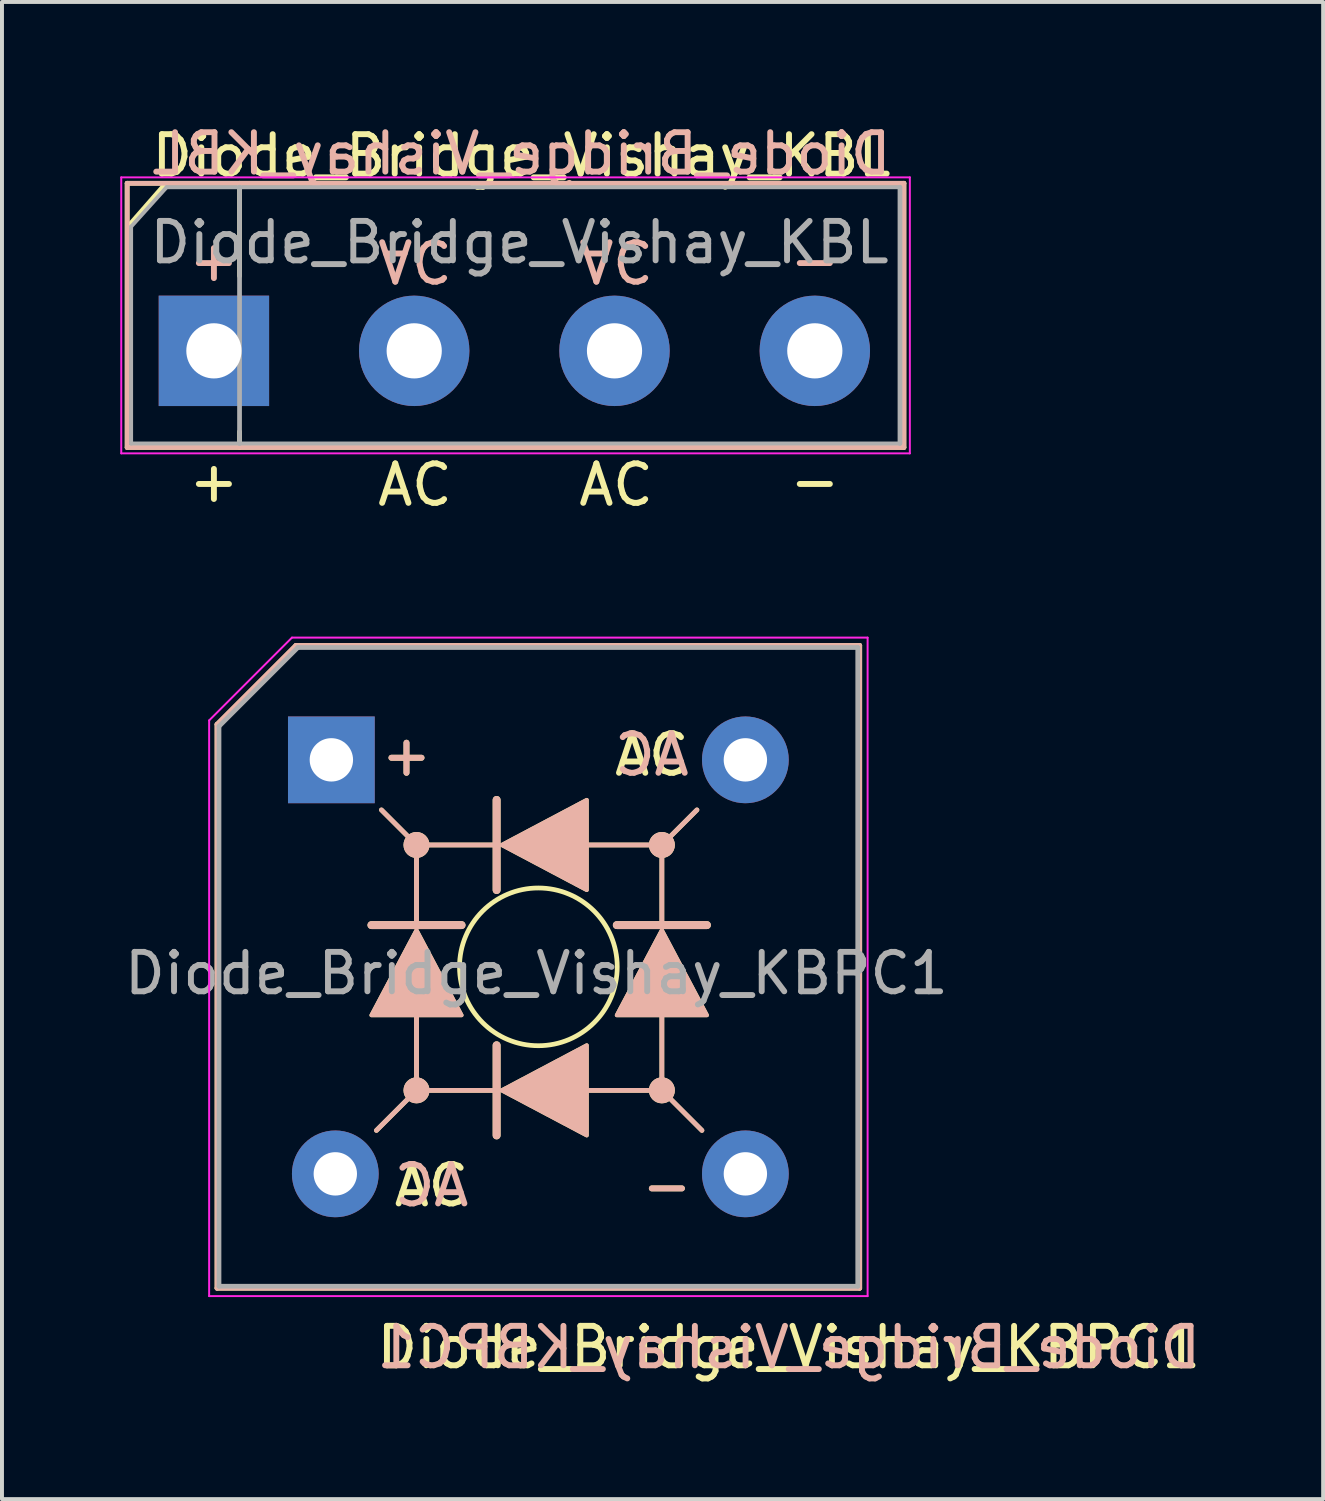
<source format=kicad_pcb>
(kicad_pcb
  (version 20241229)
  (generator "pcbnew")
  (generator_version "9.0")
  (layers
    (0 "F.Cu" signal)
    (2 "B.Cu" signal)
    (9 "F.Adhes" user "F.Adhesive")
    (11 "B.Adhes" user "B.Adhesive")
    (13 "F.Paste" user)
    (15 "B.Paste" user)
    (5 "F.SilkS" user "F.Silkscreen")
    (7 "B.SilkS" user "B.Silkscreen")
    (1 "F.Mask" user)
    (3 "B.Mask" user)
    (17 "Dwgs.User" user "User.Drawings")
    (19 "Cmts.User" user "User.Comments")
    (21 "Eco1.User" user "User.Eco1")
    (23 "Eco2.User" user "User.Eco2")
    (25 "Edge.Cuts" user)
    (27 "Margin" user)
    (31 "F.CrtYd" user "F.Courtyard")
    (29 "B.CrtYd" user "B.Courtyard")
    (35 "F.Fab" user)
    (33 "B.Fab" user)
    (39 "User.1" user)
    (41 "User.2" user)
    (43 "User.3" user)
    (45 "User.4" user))
  (footprint "Diode_Bridge_Vishay_KBL"
    (layer "F.Cu")
    (at 2.375 5.848)
    (property "Reference" "Diode_Bridge_Vishay_KBL" (at 7.8 -4.95 0) (layer "F.SilkS") (effects (font (size 1 1) (thickness 0.15))))
    (fp_line (start -2.2 -4.25) (end -2.2 2.45) (stroke (width 0.12) (type solid)) (layer "F.SilkS"))
    (fp_line (start -2.2 2.45) (end 17.5 2.45) (stroke (width 0.12) (type solid)) (layer "F.SilkS"))
    (fp_line (start -2.159 -3.175) (end -1.27 -4.191) (stroke (width 0.12) (type solid)) (layer "F.SilkS"))
    (fp_line (start 0.65 -1.9) (end 0.65 -4.25) (stroke (width 0.12) (type solid)) (layer "F.SilkS"))
    (fp_line (start 0.65 2.05) (end 0.65 2.45) (stroke (width 0.12) (type solid)) (layer "F.SilkS"))
    (fp_line (start 17.5 -4.25) (end -2.2 -4.25) (stroke (width 0.12) (type solid)) (layer "F.SilkS"))
    (fp_line (start 17.5 2.45) (end 17.5 -4.25) (stroke (width 0.12) (type solid)) (layer "F.SilkS"))
    (fp_line (start -2.2 -4.25) (end -2.2 2.45) (stroke (width 0.12) (type solid)) (layer "B.SilkS"))
    (fp_line (start -2.2 2.45) (end 17.5 2.45) (stroke (width 0.12) (type solid)) (layer "B.SilkS"))
    (fp_line (start 17.5 -4.25) (end -2.2 -4.25) (stroke (width 0.12) (type solid)) (layer "B.SilkS"))
    (fp_line (start 17.5 2.45) (end 17.5 -4.25) (stroke (width 0.12) (type solid)) (layer "B.SilkS"))
    (fp_line (start -2.35 -4.4) (end -2.35 2.6) (stroke (width 0.05) (type solid)) (layer "F.CrtYd"))
    (fp_line (start -2.35 -4.4) (end 17.65 -4.4) (stroke (width 0.05) (type solid)) (layer "F.CrtYd"))
    (fp_line (start 17.65 2.6) (end -2.35 2.6) (stroke (width 0.05) (type solid)) (layer "F.CrtYd"))
    (fp_line (start 17.65 2.6) (end 17.65 -4.4) (stroke (width 0.05) (type solid)) (layer "F.CrtYd"))
    (fp_line (start -2.1 -3.15) (end -2.1 2.35) (stroke (width 0.1) (type solid)) (layer "F.Fab"))
    (fp_line (start -2.1 2.35) (end 17.4 2.35) (stroke (width 0.1) (type solid)) (layer "F.Fab"))
    (fp_line (start -1.2 -4.15) (end -2.1 -3.15) (stroke (width 0.1) (type solid)) (layer "F.Fab"))
    (fp_line (start 0.65 -4.15) (end 0.65 2.35) (stroke (width 0.12) (type solid)) (layer "F.Fab"))
    (fp_line (start 17.4 -4.15) (end -1.2 -4.15) (stroke (width 0.1) (type solid)) (layer "F.Fab"))
    (fp_line (start 17.4 2.35) (end 17.4 -4.15) (stroke (width 0.12) (type solid)) (layer "F.Fab"))
    (fp_text user "AC" (at 10.2 3.4 0) (layer "F.SilkS") (effects (font (size 1 1) (thickness 0.15))))
    (fp_text user "-" (at 15.24 3.302 0) (layer "F.SilkS") (effects (font (size 1 1) (thickness 0.15))))
    (fp_text user "AC" (at 5.1 3.4 0) (layer "F.SilkS") (effects (font (size 1 1) (thickness 0.15))))
    (fp_text user "+" (at 0 3.302 0) (layer "F.SilkS") (effects (font (size 1 1) (thickness 0.15))))
    (fp_text user "AC" (at 5.1 -2.3 180) (unlocked yes) (layer "B.SilkS") (effects (font (size 1 1) (thickness 0.15)) (justify mirror)))
    (fp_text user "-" (at 15.24 -2.3 0) (layer "B.SilkS") (effects (font (size 1 1) (thickness 0.15)) (justify mirror)))
    (fp_text user "+" (at 0 -2.3 0) (layer "B.SilkS") (effects (font (size 1 1) (thickness 0.15)) (justify mirror)))
    (fp_text user "${REFERENCE}" (at 7.8 -5 0) (layer "B.SilkS") (effects (font (size 1 1) (thickness 0.15)) (justify mirror)))
    (fp_text user "AC" (at 10.2 -2.3 180) (unlocked yes) (layer "B.SilkS") (effects (font (size 1 1) (thickness 0.15)) (justify mirror)))
    (fp_text user "${REFERENCE}" (at 7.75 -2.75 0) (layer "F.Fab") (effects (font (size 1 1) (thickness 0.15))))
    (pad "1" thru_hole rect (at 0 0) (size 2.8 2.8) (drill 1.4) (layers "*.Cu" "*.Mask"))
    (pad "2" thru_hole circle (at 5.08 0) (size 2.8 2.8) (drill 1.4) (layers "*.Cu" "*.Mask"))
    (pad "3" thru_hole circle (at 10.16 0) (size 2.8 2.8) (drill 1.4) (layers "*.Cu" "*.Mask"))
    (pad "4" thru_hole circle (at 15.24 0) (size 2.8 2.8) (drill 1.4) (layers "*.Cu" "*.Mask")))
  (footprint "Diode_Bridge_Vishay_KBPC1"
    (layer "F.Cu")
    (at 5.354 16.221)
    (property "Reference" "Diode_Bridge_Vishay_KBPC1" (at 11.6 14.9 180) (layer "F.SilkS") (effects (font (size 1 1) (thickness 0.15))))
    (fp_line (start -2.9 -0.9) (end -2.9 13.4) (stroke (width 0.12) (type solid)) (layer "F.SilkS"))
    (fp_line (start -2.9 13.4) (end 13.4 13.4) (stroke (width 0.12) (type solid)) (layer "F.SilkS"))
    (fp_line (start -0.9 -2.9) (end -2.9 -0.9) (stroke (width 0.12) (type solid)) (layer "F.SilkS"))
    (fp_line (start 1.143 9.398) (end 2.159 8.382) (stroke (width 0.12) (type solid)) (layer "F.SilkS"))
    (fp_line (start 1.27 1.27) (end 2.159 2.159) (stroke (width 0.12) (type solid)) (layer "F.SilkS"))
    (fp_line (start 2.159 4.191) (end 1.016 4.191) (stroke (width 0.2) (type solid)) (layer "F.SilkS"))
    (fp_line (start 2.159 4.191) (end 2.159 2.159) (stroke (width 0.12) (type solid)) (layer "F.SilkS"))
    (fp_line (start 2.159 8.128) (end 2.159 6.477) (stroke (width 0.12) (type solid)) (layer "F.SilkS"))
    (fp_line (start 3.302 4.191) (end 2.159 4.191) (stroke (width 0.2) (type solid)) (layer "F.SilkS"))
    (fp_line (start 4.191 1.016) (end 4.191 2.159) (stroke (width 0.2) (type solid)) (layer "F.SilkS"))
    (fp_line (start 4.191 2.159) (end 2.159 2.159) (stroke (width 0.12) (type solid)) (layer "F.SilkS"))
    (fp_line (start 4.191 2.159) (end 4.191 3.302) (stroke (width 0.2) (type solid)) (layer "F.SilkS"))
    (fp_line (start 4.191 7.239) (end 4.191 8.382) (stroke (width 0.2) (type solid)) (layer "F.SilkS"))
    (fp_line (start 4.191 8.382) (end 2.159 8.382) (stroke (width 0.12) (type solid)) (layer "F.SilkS"))
    (fp_line (start 4.191 8.382) (end 4.191 9.525) (stroke (width 0.2) (type solid)) (layer "F.SilkS"))
    (fp_line (start 8.128 2.159) (end 6.477 2.159) (stroke (width 0.12) (type solid)) (layer "F.SilkS"))
    (fp_line (start 8.292 8.382) (end 6.477 8.382) (stroke (width 0.12) (type solid)) (layer "F.SilkS"))
    (fp_line (start 8.382 4.191) (end 7.239 4.191) (stroke (width 0.2) (type solid)) (layer "F.SilkS"))
    (fp_line (start 8.382 4.191) (end 8.382 2.159) (stroke (width 0.12) (type solid)) (layer "F.SilkS"))
    (fp_line (start 8.382 8.382) (end 8.382 6.477) (stroke (width 0.12) (type solid)) (layer "F.SilkS"))
    (fp_line (start 9.271 1.27) (end 8.255 2.286) (stroke (width 0.12) (type solid)) (layer "F.SilkS"))
    (fp_line (start 9.398 9.398) (end 8.382 8.382) (stroke (width 0.12) (type solid)) (layer "F.SilkS"))
    (fp_line (start 9.525 4.191) (end 8.382 4.191) (stroke (width 0.2) (type solid)) (layer "F.SilkS"))
    (fp_line (start 13.4 -2.9) (end -0.9 -2.9) (stroke (width 0.12) (type solid)) (layer "F.SilkS"))
    (fp_line (start 13.4 13.4) (end 13.4 -2.9) (stroke (width 0.12) (type solid)) (layer "F.SilkS"))
    (fp_circle (center 2.159 2.159) (end 2.223 2.095) (stroke (width 0.12) (type solid)) (fill no) (layer "F.SilkS"))
    (fp_circle (center 2.159 2.159) (end 2.286 2.032) (stroke (width 0.12) (type solid)) (fill no) (layer "F.SilkS"))
    (fp_circle (center 2.159 2.159) (end 2.349 1.968) (stroke (width 0.12) (type solid)) (fill no) (layer "F.SilkS"))
    (fp_circle (center 2.159 8.382) (end 2.223 8.319) (stroke (width 0.12) (type solid)) (fill no) (layer "F.SilkS"))
    (fp_circle (center 2.159 8.382) (end 2.286 8.255) (stroke (width 0.12) (type solid)) (fill no) (layer "F.SilkS"))
    (fp_circle (center 2.159 8.382) (end 2.349 8.191) (stroke (width 0.12) (type solid)) (fill no) (layer "F.SilkS"))
    (fp_circle (center 5.25 5.25) (end 5.25 7.25) (stroke (width 0.12) (type solid)) (fill no) (layer "F.SilkS"))
    (fp_circle (center 8.382 2.159) (end 8.445 2.095) (stroke (width 0.12) (type solid)) (fill no) (layer "F.SilkS"))
    (fp_circle (center 8.382 2.159) (end 8.509 2.032) (stroke (width 0.12) (type solid)) (fill no) (layer "F.SilkS"))
    (fp_circle (center 8.382 2.159) (end 8.572 1.968) (stroke (width 0.12) (type solid)) (fill no) (layer "F.SilkS"))
    (fp_circle (center 8.382 8.382) (end 8.445 8.319) (stroke (width 0.12) (type solid)) (fill no) (layer "F.SilkS"))
    (fp_circle (center 8.382 8.382) (end 8.509 8.255) (stroke (width 0.12) (type solid)) (fill no) (layer "F.SilkS"))
    (fp_circle (center 8.382 8.382) (end 8.572 8.191) (stroke (width 0.12) (type solid)) (fill no) (layer "F.SilkS"))
    (fp_poly (pts (xy 3.302 6.477) (xy 1.016 6.477) (xy 2.159 4.318)) (stroke (width 0.1) (type solid)) (fill yes) (layer "F.SilkS"))
    (fp_poly (pts (xy 6.477 1.016) (xy 6.477 3.302) (xy 4.318 2.159)) (stroke (width 0.1) (type solid)) (fill yes) (layer "F.SilkS"))
    (fp_poly (pts (xy 6.477 7.239) (xy 6.477 9.525) (xy 4.318 8.382)) (stroke (width 0.1) (type solid)) (fill yes) (layer "F.SilkS"))
    (fp_poly (pts (xy 9.525 6.477) (xy 7.239 6.477) (xy 8.382 4.318)) (stroke (width 0.1) (type solid)) (fill yes) (layer "F.SilkS"))
    (fp_line (start -2.9 -0.9) (end -2.9 13.4) (stroke (width 0.12) (type solid)) (layer "B.SilkS"))
    (fp_line (start -2.9 13.4) (end 13.4 13.4) (stroke (width 0.12) (type solid)) (layer "B.SilkS"))
    (fp_line (start -0.9 -2.9) (end -2.9 -0.9) (stroke (width 0.12) (type solid)) (layer "B.SilkS"))
    (fp_line (start 1.143 9.398) (end 2.159 8.382) (stroke (width 0.12) (type solid)) (layer "B.SilkS"))
    (fp_line (start 1.27 1.27) (end 2.159 2.159) (stroke (width 0.12) (type solid)) (layer "B.SilkS"))
    (fp_line (start 2.159 4.191) (end 1.016 4.191) (stroke (width 0.2) (type solid)) (layer "B.SilkS"))
    (fp_line (start 2.159 4.191) (end 2.159 2.159) (stroke (width 0.12) (type solid)) (layer "B.SilkS"))
    (fp_line (start 2.159 8.128) (end 2.159 6.477) (stroke (width 0.12) (type solid)) (layer "B.SilkS"))
    (fp_line (start 3.302 4.191) (end 2.159 4.191) (stroke (width 0.2) (type solid)) (layer "B.SilkS"))
    (fp_line (start 4.191 1.016) (end 4.191 2.159) (stroke (width 0.2) (type solid)) (layer "B.SilkS"))
    (fp_line (start 4.191 2.159) (end 2.159 2.159) (stroke (width 0.12) (type solid)) (layer "B.SilkS"))
    (fp_line (start 4.191 2.159) (end 4.191 3.302) (stroke (width 0.2) (type solid)) (layer "B.SilkS"))
    (fp_line (start 4.191 7.239) (end 4.191 8.382) (stroke (width 0.2) (type solid)) (layer "B.SilkS"))
    (fp_line (start 4.191 8.382) (end 2.159 8.382) (stroke (width 0.12) (type solid)) (layer "B.SilkS"))
    (fp_line (start 4.191 8.382) (end 4.191 9.525) (stroke (width 0.2) (type solid)) (layer "B.SilkS"))
    (fp_line (start 8.128 2.159) (end 6.477 2.159) (stroke (width 0.12) (type solid)) (layer "B.SilkS"))
    (fp_line (start 8.292 8.382) (end 6.477 8.382) (stroke (width 0.12) (type solid)) (layer "B.SilkS"))
    (fp_line (start 8.382 4.191) (end 7.239 4.191) (stroke (width 0.2) (type solid)) (layer "B.SilkS"))
    (fp_line (start 8.382 4.191) (end 8.382 2.159) (stroke (width 0.12) (type solid)) (layer "B.SilkS"))
    (fp_line (start 8.382 8.382) (end 8.382 6.477) (stroke (width 0.12) (type solid)) (layer "B.SilkS"))
    (fp_line (start 9.271 1.27) (end 8.255 2.286) (stroke (width 0.12) (type solid)) (layer "B.SilkS"))
    (fp_line (start 9.398 9.398) (end 8.382 8.382) (stroke (width 0.12) (type solid)) (layer "B.SilkS"))
    (fp_line (start 9.525 4.191) (end 8.382 4.191) (stroke (width 0.2) (type solid)) (layer "B.SilkS"))
    (fp_line (start 13.4 -2.9) (end -0.9 -2.9) (stroke (width 0.12) (type solid)) (layer "B.SilkS"))
    (fp_line (start 13.4 13.4) (end 13.4 -2.9) (stroke (width 0.12) (type solid)) (layer "B.SilkS"))
    (fp_circle (center 2.159 2.159) (end 2.249 2.159) (stroke (width 0.12) (type solid)) (fill no) (layer "B.SilkS"))
    (fp_circle (center 2.159 2.159) (end 2.339 2.159) (stroke (width 0.12) (type solid)) (fill no) (layer "B.SilkS"))
    (fp_circle (center 2.159 2.159) (end 2.428 2.159) (stroke (width 0.12) (type solid)) (fill no) (layer "B.SilkS"))
    (fp_circle (center 2.159 8.382) (end 2.249 8.382) (stroke (width 0.12) (type solid)) (fill no) (layer "B.SilkS"))
    (fp_circle (center 2.159 8.382) (end 2.339 8.382) (stroke (width 0.12) (type solid)) (fill no) (layer "B.SilkS"))
    (fp_circle (center 2.159 8.382) (end 2.428 8.382) (stroke (width 0.12) (type solid)) (fill no) (layer "B.SilkS"))
    (fp_circle (center 8.382 2.159) (end 8.472 2.159) (stroke (width 0.12) (type solid)) (fill no) (layer "B.SilkS"))
    (fp_circle (center 8.382 2.159) (end 8.562 2.159) (stroke (width 0.12) (type solid)) (fill no) (layer "B.SilkS"))
    (fp_circle (center 8.382 2.159) (end 8.651 2.159) (stroke (width 0.12) (type solid)) (fill no) (layer "B.SilkS"))
    (fp_circle (center 8.382 8.382) (end 8.472 8.382) (stroke (width 0.12) (type solid)) (fill no) (layer "B.SilkS"))
    (fp_circle (center 8.382 8.382) (end 8.562 8.382) (stroke (width 0.12) (type solid)) (fill no) (layer "B.SilkS"))
    (fp_circle (center 8.382 8.382) (end 8.651 8.382) (stroke (width 0.12) (type solid)) (fill no) (layer "B.SilkS"))
    (fp_poly (pts (xy 3.302 6.477) (xy 1.016 6.477) (xy 2.159 4.318)) (stroke (width 0.1) (type solid)) (fill yes) (layer "B.SilkS"))
    (fp_poly (pts (xy 6.477 1.016) (xy 6.477 3.302) (xy 4.318 2.159)) (stroke (width 0.1) (type solid)) (fill yes) (layer "B.SilkS"))
    (fp_poly (pts (xy 6.477 7.239) (xy 6.477 9.525) (xy 4.318 8.382)) (stroke (width 0.1) (type solid)) (fill yes) (layer "B.SilkS"))
    (fp_poly (pts (xy 9.525 6.477) (xy 7.239 6.477) (xy 8.382 4.318)) (stroke (width 0.1) (type solid)) (fill yes) (layer "B.SilkS"))
    (fp_line (start -3.1 -1) (end -1 -3.1) (stroke (width 0.05) (type solid)) (layer "F.CrtYd"))
    (fp_line (start -3.1 13.6) (end -3.1 -1) (stroke (width 0.05) (type solid)) (layer "F.CrtYd"))
    (fp_line (start -1 -3.1) (end 13.6 -3.1) (stroke (width 0.05) (type solid)) (layer "F.CrtYd"))
    (fp_line (start 13.6 -3.1) (end 13.6 13.6) (stroke (width 0.05) (type solid)) (layer "F.CrtYd"))
    (fp_line (start 13.6 13.6) (end -3.1 13.6) (stroke (width 0.05) (type solid)) (layer "F.CrtYd"))
    (fp_line (start -2.85 -0.85) (end -0.85 -2.85) (stroke (width 0.12) (type solid)) (layer "F.Fab"))
    (fp_line (start -2.85 13.35) (end -2.85 -0.85) (stroke (width 0.12) (type solid)) (layer "F.Fab"))
    (fp_line (start -0.85 -2.85) (end 13.35 -2.85) (stroke (width 0.12) (type solid)) (layer "F.Fab"))
    (fp_line (start 13.35 -2.85) (end 13.35 13.35) (stroke (width 0.12) (type solid)) (layer "F.Fab"))
    (fp_line (start 13.35 13.35) (end -2.85 13.35) (stroke (width 0.12) (type solid)) (layer "F.Fab"))
    (fp_text user "-" (at 8.509 10.795 0) (layer "F.SilkS") (effects (font (size 1 1) (thickness 0.15))))
    (fp_text user "AC" (at 8.128 -0.127 0) (layer "F.SilkS") (effects (font (size 1 1) (thickness 0.15))))
    (fp_text user "AC" (at 2.54 10.795 0) (layer "F.SilkS") (effects (font (size 1 1) (thickness 0.15))))
    (fp_text user "+" (at 1.905 -0.127 0) (layer "F.SilkS") (effects (font (size 1 1) (thickness 0.15))))
    (fp_text user "AC" (at 2.54 10.795 0) (layer "B.SilkS") (effects (font (size 1 1) (thickness 0.15)) (justify mirror)))
    (fp_text user "AC" (at 8.128 -0.127 0) (layer "B.SilkS") (effects (font (size 1 1) (thickness 0.15)) (justify mirror)))
    (fp_text user "-" (at 8.509 10.795 0) (layer "B.SilkS") (effects (font (size 1 1) (thickness 0.15)) (justify mirror)))
    (fp_text user "${REFERENCE}" (at 11.6 14.9 0) (layer "B.SilkS") (effects (font (size 1 1) (thickness 0.15)) (justify mirror)))
    (fp_text user "+" (at 1.905 -0.127 0) (layer "B.SilkS") (effects (font (size 1 1) (thickness 0.15)) (justify mirror)))
    (fp_text user "${REFERENCE}" (at 5.2 5.415 180) (layer "F.Fab") (effects (font (size 1 1) (thickness 0.15))))
    (pad "1" thru_hole rect (at 0 0) (size 2.2 2.2) (drill 1.1) (layers "*.Cu" "*.Mask"))
    (pad "2" thru_hole circle (at 0.1 10.5) (size 2.2 2.2) (drill 1.1) (layers "*.Cu" "*.Mask"))
    (pad "3" thru_hole circle (at 10.5 10.5) (size 2.2 2.2) (drill 1.1) (layers "*.Cu" "*.Mask"))
    (pad "4" thru_hole circle (at 10.5 0) (size 2.2 2.2) (drill 1.1) (layers "*.Cu" "*.Mask")))
  (gr_rect
    (start -3 -3)
    (end 30.507 34.97)
    (stroke (width 0.1) (type default))
    (fill no)
    (layer "Edge.Cuts")))
</source>
